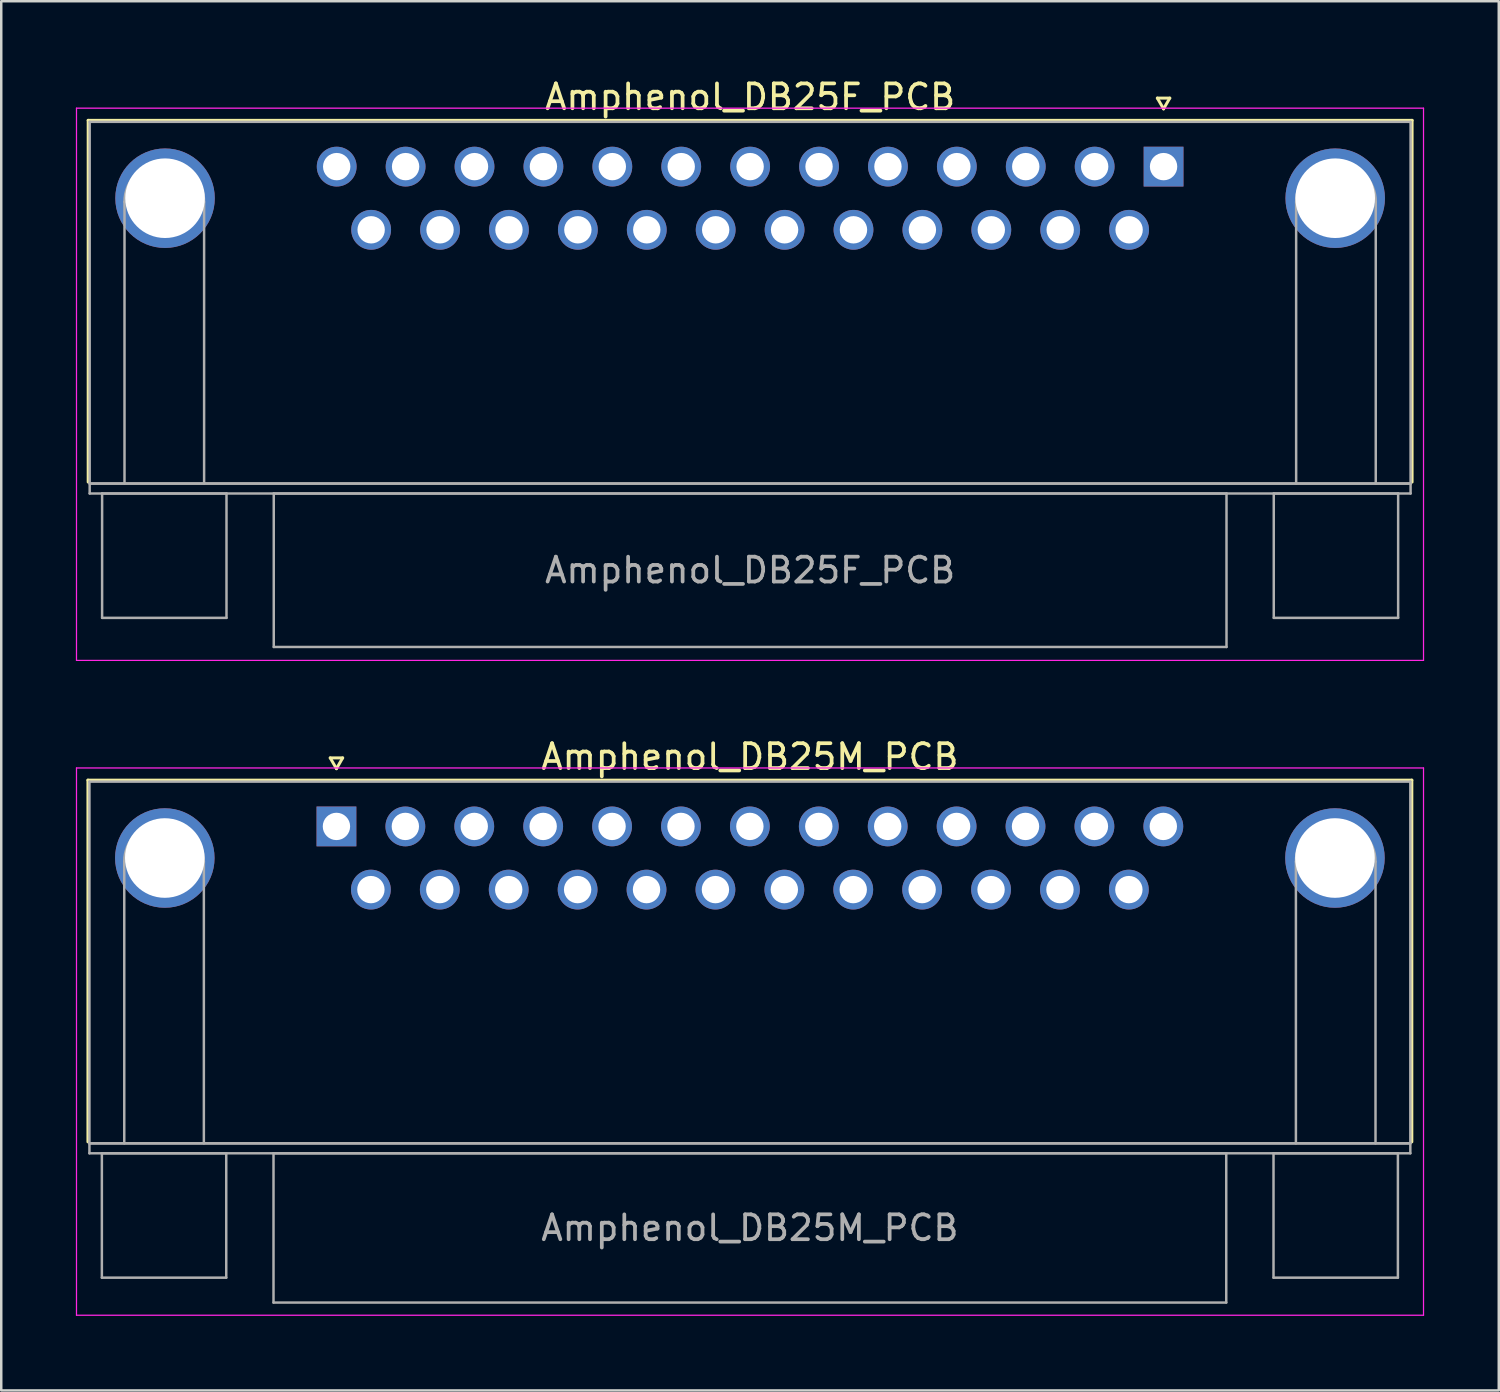
<source format=kicad_pcb>
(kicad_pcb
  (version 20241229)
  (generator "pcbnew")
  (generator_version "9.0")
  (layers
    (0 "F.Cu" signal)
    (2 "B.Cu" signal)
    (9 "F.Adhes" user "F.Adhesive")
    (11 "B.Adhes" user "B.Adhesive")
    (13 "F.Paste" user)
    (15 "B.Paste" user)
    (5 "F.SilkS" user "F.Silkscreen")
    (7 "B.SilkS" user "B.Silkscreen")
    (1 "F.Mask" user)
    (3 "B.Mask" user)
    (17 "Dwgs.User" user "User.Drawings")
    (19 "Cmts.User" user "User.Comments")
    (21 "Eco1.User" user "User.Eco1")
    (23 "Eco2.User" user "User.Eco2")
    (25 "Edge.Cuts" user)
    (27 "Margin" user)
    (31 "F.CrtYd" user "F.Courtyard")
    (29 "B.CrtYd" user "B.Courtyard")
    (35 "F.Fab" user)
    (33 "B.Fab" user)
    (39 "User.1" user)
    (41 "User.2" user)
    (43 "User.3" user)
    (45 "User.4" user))
  (footprint "Amphenol_DB25F_PCB"
    (layer "F.Cu")
    (at 43.725 3.648)
    (property "Reference" "Amphenol_DB25F_PCB" (at -16.62 -2.8 0) (layer "F.SilkS") (effects (font (size 1 1) (thickness 0.15))))
    (attr through_hole)
    (fp_line (start -43.23 -1.86) (end 9.99 -1.86) (stroke (width 0.12) (type solid)) (layer "F.SilkS"))
    (fp_line (start -43.23 12.68) (end -43.23 -1.86) (stroke (width 0.12) (type solid)) (layer "F.SilkS"))
    (fp_line (start -0.25 -2.754) (end 0.25 -2.754) (stroke (width 0.12) (type solid)) (layer "F.SilkS"))
    (fp_line (start 0 -2.321) (end -0.25 -2.754) (stroke (width 0.12) (type solid)) (layer "F.SilkS"))
    (fp_line (start 0.25 -2.754) (end 0 -2.321) (stroke (width 0.12) (type solid)) (layer "F.SilkS"))
    (fp_line (start 9.99 -1.86) (end 9.99 12.68) (stroke (width 0.12) (type solid)) (layer "F.SilkS"))
    (fp_line (start -43.7 -2.35) (end -43.7 19.85) (stroke (width 0.05) (type solid)) (layer "F.CrtYd"))
    (fp_line (start -43.7 19.85) (end 10.45 19.85) (stroke (width 0.05) (type solid)) (layer "F.CrtYd"))
    (fp_line (start 10.45 -2.35) (end -43.7 -2.35) (stroke (width 0.05) (type solid)) (layer "F.CrtYd"))
    (fp_line (start 10.45 19.85) (end 10.45 -2.35) (stroke (width 0.05) (type solid)) (layer "F.CrtYd"))
    (fp_line (start -43.17 -1.8) (end -43.17 12.74) (stroke (width 0.1) (type solid)) (layer "F.Fab"))
    (fp_line (start -43.17 12.74) (end -43.17 13.14) (stroke (width 0.1) (type solid)) (layer "F.Fab"))
    (fp_line (start -43.17 12.74) (end 9.93 12.74) (stroke (width 0.1) (type solid)) (layer "F.Fab"))
    (fp_line (start -43.17 13.14) (end 9.93 13.14) (stroke (width 0.1) (type solid)) (layer "F.Fab"))
    (fp_line (start -42.67 13.14) (end -42.67 18.14) (stroke (width 0.1) (type solid)) (layer "F.Fab"))
    (fp_line (start -42.67 18.14) (end -37.67 18.14) (stroke (width 0.1) (type solid)) (layer "F.Fab"))
    (fp_line (start -41.77 12.74) (end -41.77 1.42) (stroke (width 0.1) (type solid)) (layer "F.Fab"))
    (fp_line (start -38.57 12.74) (end -38.57 1.42) (stroke (width 0.1) (type solid)) (layer "F.Fab"))
    (fp_line (start -37.67 13.14) (end -42.67 13.14) (stroke (width 0.1) (type solid)) (layer "F.Fab"))
    (fp_line (start -37.67 18.14) (end -37.67 13.14) (stroke (width 0.1) (type solid)) (layer "F.Fab"))
    (fp_line (start -35.77 13.14) (end -35.77 19.31) (stroke (width 0.1) (type solid)) (layer "F.Fab"))
    (fp_line (start -35.77 19.31) (end 2.53 19.31) (stroke (width 0.1) (type solid)) (layer "F.Fab"))
    (fp_line (start 2.53 13.14) (end -35.77 13.14) (stroke (width 0.1) (type solid)) (layer "F.Fab"))
    (fp_line (start 2.53 19.31) (end 2.53 13.14) (stroke (width 0.1) (type solid)) (layer "F.Fab"))
    (fp_line (start 4.43 13.14) (end 4.43 18.14) (stroke (width 0.1) (type solid)) (layer "F.Fab"))
    (fp_line (start 4.43 18.14) (end 9.43 18.14) (stroke (width 0.1) (type solid)) (layer "F.Fab"))
    (fp_line (start 5.33 12.74) (end 5.33 1.42) (stroke (width 0.1) (type solid)) (layer "F.Fab"))
    (fp_line (start 8.53 12.74) (end 8.53 1.42) (stroke (width 0.1) (type solid)) (layer "F.Fab"))
    (fp_line (start 9.43 13.14) (end 4.43 13.14) (stroke (width 0.1) (type solid)) (layer "F.Fab"))
    (fp_line (start 9.43 18.14) (end 9.43 13.14) (stroke (width 0.1) (type solid)) (layer "F.Fab"))
    (fp_line (start 9.93 -1.8) (end -43.17 -1.8) (stroke (width 0.1) (type solid)) (layer "F.Fab"))
    (fp_line (start 9.93 12.74) (end -43.17 12.74) (stroke (width 0.1) (type solid)) (layer "F.Fab"))
    (fp_line (start 9.93 12.74) (end 9.93 -1.8) (stroke (width 0.1) (type solid)) (layer "F.Fab"))
    (fp_line (start 9.93 13.14) (end 9.93 12.74) (stroke (width 0.1) (type solid)) (layer "F.Fab"))
    (fp_arc (start -41.77 1.42) (mid -40.17 -0.18) (end -38.57 1.42) (stroke (width 0.1) (type solid)) (layer "F.Fab"))
    (fp_arc (start 5.33 1.42) (mid 6.93 -0.18) (end 8.53 1.42) (stroke (width 0.1) (type solid)) (layer "F.Fab"))
    (fp_text user "${REFERENCE}" (at -16.62 16.225 0) (layer "F.Fab") (effects (font (size 1 1) (thickness 0.15))))
    (pad "0" thru_hole circle (at -40.14 1.27) (size 4 4) (drill 3.2) (layers "*.Cu" "*.Mask"))
    (pad "0" thru_hole circle (at 6.9 1.27) (size 4 4) (drill 3.2) (layers "*.Cu" "*.Mask"))
    (pad "1" thru_hole rect (at 0 0) (size 1.6 1.6) (drill 1.1) (layers "*.Cu" "*.Mask"))
    (pad "2" thru_hole circle (at -2.77 0) (size 1.6 1.6) (drill 1.1) (layers "*.Cu" "*.Mask"))
    (pad "3" thru_hole circle (at -5.54 0) (size 1.6 1.6) (drill 1.1) (layers "*.Cu" "*.Mask"))
    (pad "4" thru_hole circle (at -8.31 0) (size 1.6 1.6) (drill 1.1) (layers "*.Cu" "*.Mask"))
    (pad "5" thru_hole circle (at -11.08 0) (size 1.6 1.6) (drill 1.1) (layers "*.Cu" "*.Mask"))
    (pad "6" thru_hole circle (at -13.85 0) (size 1.6 1.6) (drill 1.1) (layers "*.Cu" "*.Mask"))
    (pad "7" thru_hole circle (at -16.62 0) (size 1.6 1.6) (drill 1.1) (layers "*.Cu" "*.Mask"))
    (pad "8" thru_hole circle (at -19.39 0) (size 1.6 1.6) (drill 1.1) (layers "*.Cu" "*.Mask"))
    (pad "9" thru_hole circle (at -22.16 0) (size 1.6 1.6) (drill 1.1) (layers "*.Cu" "*.Mask"))
    (pad "10" thru_hole circle (at -24.93 0) (size 1.6 1.6) (drill 1.1) (layers "*.Cu" "*.Mask"))
    (pad "11" thru_hole circle (at -27.7 0) (size 1.6 1.6) (drill 1.1) (layers "*.Cu" "*.Mask"))
    (pad "12" thru_hole circle (at -30.47 0) (size 1.6 1.6) (drill 1.1) (layers "*.Cu" "*.Mask"))
    (pad "13" thru_hole circle (at -33.24 0) (size 1.6 1.6) (drill 1.1) (layers "*.Cu" "*.Mask"))
    (pad "14" thru_hole circle (at -1.385 2.54) (size 1.6 1.6) (drill 1.1) (layers "*.Cu" "*.Mask"))
    (pad "15" thru_hole circle (at -4.155 2.54) (size 1.6 1.6) (drill 1.1) (layers "*.Cu" "*.Mask"))
    (pad "16" thru_hole circle (at -6.925 2.54) (size 1.6 1.6) (drill 1.1) (layers "*.Cu" "*.Mask"))
    (pad "17" thru_hole circle (at -9.695 2.54) (size 1.6 1.6) (drill 1.1) (layers "*.Cu" "*.Mask"))
    (pad "18" thru_hole circle (at -12.465 2.54) (size 1.6 1.6) (drill 1.1) (layers "*.Cu" "*.Mask"))
    (pad "19" thru_hole circle (at -15.235 2.54) (size 1.6 1.6) (drill 1.1) (layers "*.Cu" "*.Mask"))
    (pad "20" thru_hole circle (at -18.005 2.54) (size 1.6 1.6) (drill 1.1) (layers "*.Cu" "*.Mask"))
    (pad "21" thru_hole circle (at -20.775 2.54) (size 1.6 1.6) (drill 1.1) (layers "*.Cu" "*.Mask"))
    (pad "22" thru_hole circle (at -23.545 2.54) (size 1.6 1.6) (drill 1.1) (layers "*.Cu" "*.Mask"))
    (pad "23" thru_hole circle (at -26.315 2.54) (size 1.6 1.6) (drill 1.1) (layers "*.Cu" "*.Mask"))
    (pad "24" thru_hole circle (at -29.085 2.54) (size 1.6 1.6) (drill 1.1) (layers "*.Cu" "*.Mask"))
    (pad "25" thru_hole circle (at -31.855 2.54) (size 1.6 1.6) (drill 1.1) (layers "*.Cu" "*.Mask")))
  (footprint "Amphenol_DB25M_PCB"
    (layer "F.Cu")
    (at 10.475 30.172)
    (property "Reference" "Amphenol_DB25M_PCB" (at 16.62 -2.8 0) (layer "F.SilkS") (effects (font (size 1 1) (thickness 0.15))))
    (attr through_hole)
    (fp_line (start -9.99 -1.86) (end 43.23 -1.86) (stroke (width 0.12) (type solid)) (layer "F.SilkS"))
    (fp_line (start -9.99 12.68) (end -9.99 -1.86) (stroke (width 0.12) (type solid)) (layer "F.SilkS"))
    (fp_line (start -0.25 -2.754) (end 0.25 -2.754) (stroke (width 0.12) (type solid)) (layer "F.SilkS"))
    (fp_line (start 0 -2.321) (end -0.25 -2.754) (stroke (width 0.12) (type solid)) (layer "F.SilkS"))
    (fp_line (start 0.25 -2.754) (end 0 -2.321) (stroke (width 0.12) (type solid)) (layer "F.SilkS"))
    (fp_line (start 43.23 -1.86) (end 43.23 12.68) (stroke (width 0.12) (type solid)) (layer "F.SilkS"))
    (fp_line (start -10.45 -2.35) (end -10.45 19.65) (stroke (width 0.05) (type solid)) (layer "F.CrtYd"))
    (fp_line (start -10.45 19.65) (end 43.7 19.65) (stroke (width 0.05) (type solid)) (layer "F.CrtYd"))
    (fp_line (start 43.7 -2.35) (end -10.45 -2.35) (stroke (width 0.05) (type solid)) (layer "F.CrtYd"))
    (fp_line (start 43.7 19.65) (end 43.7 -2.35) (stroke (width 0.05) (type solid)) (layer "F.CrtYd"))
    (fp_line (start -9.93 -1.8) (end -9.93 12.74) (stroke (width 0.1) (type solid)) (layer "F.Fab"))
    (fp_line (start -9.93 12.74) (end -9.93 13.14) (stroke (width 0.1) (type solid)) (layer "F.Fab"))
    (fp_line (start -9.93 12.74) (end 43.17 12.74) (stroke (width 0.1) (type solid)) (layer "F.Fab"))
    (fp_line (start -9.93 13.14) (end 43.17 13.14) (stroke (width 0.1) (type solid)) (layer "F.Fab"))
    (fp_line (start -9.43 13.14) (end -9.43 18.14) (stroke (width 0.1) (type solid)) (layer "F.Fab"))
    (fp_line (start -9.43 18.14) (end -4.43 18.14) (stroke (width 0.1) (type solid)) (layer "F.Fab"))
    (fp_line (start -8.53 12.74) (end -8.53 1.42) (stroke (width 0.1) (type solid)) (layer "F.Fab"))
    (fp_line (start -5.33 12.74) (end -5.33 1.42) (stroke (width 0.1) (type solid)) (layer "F.Fab"))
    (fp_line (start -4.43 13.14) (end -9.43 13.14) (stroke (width 0.1) (type solid)) (layer "F.Fab"))
    (fp_line (start -4.43 18.14) (end -4.43 13.14) (stroke (width 0.1) (type solid)) (layer "F.Fab"))
    (fp_line (start -2.53 13.14) (end -2.53 19.14) (stroke (width 0.1) (type solid)) (layer "F.Fab"))
    (fp_line (start -2.53 19.14) (end 35.77 19.14) (stroke (width 0.1) (type solid)) (layer "F.Fab"))
    (fp_line (start 35.77 13.14) (end -2.53 13.14) (stroke (width 0.1) (type solid)) (layer "F.Fab"))
    (fp_line (start 35.77 19.14) (end 35.77 13.14) (stroke (width 0.1) (type solid)) (layer "F.Fab"))
    (fp_line (start 37.67 13.14) (end 37.67 18.14) (stroke (width 0.1) (type solid)) (layer "F.Fab"))
    (fp_line (start 37.67 18.14) (end 42.67 18.14) (stroke (width 0.1) (type solid)) (layer "F.Fab"))
    (fp_line (start 38.57 12.74) (end 38.57 1.42) (stroke (width 0.1) (type solid)) (layer "F.Fab"))
    (fp_line (start 41.77 12.74) (end 41.77 1.42) (stroke (width 0.1) (type solid)) (layer "F.Fab"))
    (fp_line (start 42.67 13.14) (end 37.67 13.14) (stroke (width 0.1) (type solid)) (layer "F.Fab"))
    (fp_line (start 42.67 18.14) (end 42.67 13.14) (stroke (width 0.1) (type solid)) (layer "F.Fab"))
    (fp_line (start 43.17 -1.8) (end -9.93 -1.8) (stroke (width 0.1) (type solid)) (layer "F.Fab"))
    (fp_line (start 43.17 12.74) (end -9.93 12.74) (stroke (width 0.1) (type solid)) (layer "F.Fab"))
    (fp_line (start 43.17 12.74) (end 43.17 -1.8) (stroke (width 0.1) (type solid)) (layer "F.Fab"))
    (fp_line (start 43.17 13.14) (end 43.17 12.74) (stroke (width 0.1) (type solid)) (layer "F.Fab"))
    (fp_arc (start -8.53 1.42) (mid -6.93 -0.18) (end -5.33 1.42) (stroke (width 0.1) (type solid)) (layer "F.Fab"))
    (fp_arc (start 38.57 1.42) (mid 40.17 -0.18) (end 41.77 1.42) (stroke (width 0.1) (type solid)) (layer "F.Fab"))
    (fp_text user "${REFERENCE}" (at 16.62 16.14 0) (layer "F.Fab") (effects (font (size 1 1) (thickness 0.15))))
    (pad "0" thru_hole circle (at -6.9 1.27) (size 4 4) (drill 3.2) (layers "*.Cu" "*.Mask"))
    (pad "0" thru_hole circle (at 40.14 1.27) (size 4 4) (drill 3.2) (layers "*.Cu" "*.Mask"))
    (pad "1" thru_hole rect (at 0 0) (size 1.6 1.6) (drill 1.1) (layers "*.Cu" "*.Mask"))
    (pad "2" thru_hole circle (at 2.77 0) (size 1.6 1.6) (drill 1.1) (layers "*.Cu" "*.Mask"))
    (pad "3" thru_hole circle (at 5.54 0) (size 1.6 1.6) (drill 1.1) (layers "*.Cu" "*.Mask"))
    (pad "4" thru_hole circle (at 8.31 0) (size 1.6 1.6) (drill 1.1) (layers "*.Cu" "*.Mask"))
    (pad "5" thru_hole circle (at 11.08 0) (size 1.6 1.6) (drill 1.1) (layers "*.Cu" "*.Mask"))
    (pad "6" thru_hole circle (at 13.85 0) (size 1.6 1.6) (drill 1.1) (layers "*.Cu" "*.Mask"))
    (pad "7" thru_hole circle (at 16.62 0) (size 1.6 1.6) (drill 1.1) (layers "*.Cu" "*.Mask"))
    (pad "8" thru_hole circle (at 19.39 0) (size 1.6 1.6) (drill 1.1) (layers "*.Cu" "*.Mask"))
    (pad "9" thru_hole circle (at 22.16 0) (size 1.6 1.6) (drill 1.1) (layers "*.Cu" "*.Mask"))
    (pad "10" thru_hole circle (at 24.93 0) (size 1.6 1.6) (drill 1.1) (layers "*.Cu" "*.Mask"))
    (pad "11" thru_hole circle (at 27.7 0) (size 1.6 1.6) (drill 1.1) (layers "*.Cu" "*.Mask"))
    (pad "12" thru_hole circle (at 30.47 0) (size 1.6 1.6) (drill 1.1) (layers "*.Cu" "*.Mask"))
    (pad "13" thru_hole circle (at 33.24 0) (size 1.6 1.6) (drill 1.1) (layers "*.Cu" "*.Mask"))
    (pad "14" thru_hole circle (at 1.385 2.54) (size 1.6 1.6) (drill 1.1) (layers "*.Cu" "*.Mask"))
    (pad "15" thru_hole circle (at 4.155 2.54) (size 1.6 1.6) (drill 1.1) (layers "*.Cu" "*.Mask"))
    (pad "16" thru_hole circle (at 6.925 2.54) (size 1.6 1.6) (drill 1.1) (layers "*.Cu" "*.Mask"))
    (pad "17" thru_hole circle (at 9.695 2.54) (size 1.6 1.6) (drill 1.1) (layers "*.Cu" "*.Mask"))
    (pad "18" thru_hole circle (at 12.465 2.54) (size 1.6 1.6) (drill 1.1) (layers "*.Cu" "*.Mask"))
    (pad "19" thru_hole circle (at 15.235 2.54) (size 1.6 1.6) (drill 1.1) (layers "*.Cu" "*.Mask"))
    (pad "20" thru_hole circle (at 18.005 2.54) (size 1.6 1.6) (drill 1.1) (layers "*.Cu" "*.Mask"))
    (pad "21" thru_hole circle (at 20.775 2.54) (size 1.6 1.6) (drill 1.1) (layers "*.Cu" "*.Mask"))
    (pad "22" thru_hole circle (at 23.545 2.54) (size 1.6 1.6) (drill 1.1) (layers "*.Cu" "*.Mask"))
    (pad "23" thru_hole circle (at 26.315 2.54) (size 1.6 1.6) (drill 1.1) (layers "*.Cu" "*.Mask"))
    (pad "24" thru_hole circle (at 29.085 2.54) (size 1.6 1.6) (drill 1.1) (layers "*.Cu" "*.Mask"))
    (pad "25" thru_hole circle (at 31.855 2.54) (size 1.6 1.6) (drill 1.1) (layers "*.Cu" "*.Mask")))
  (gr_rect
    (start -3 -3)
    (end 57.2 52.846)
    (stroke (width 0.1) (type default))
    (fill no)
    (layer "Edge.Cuts")))
</source>
